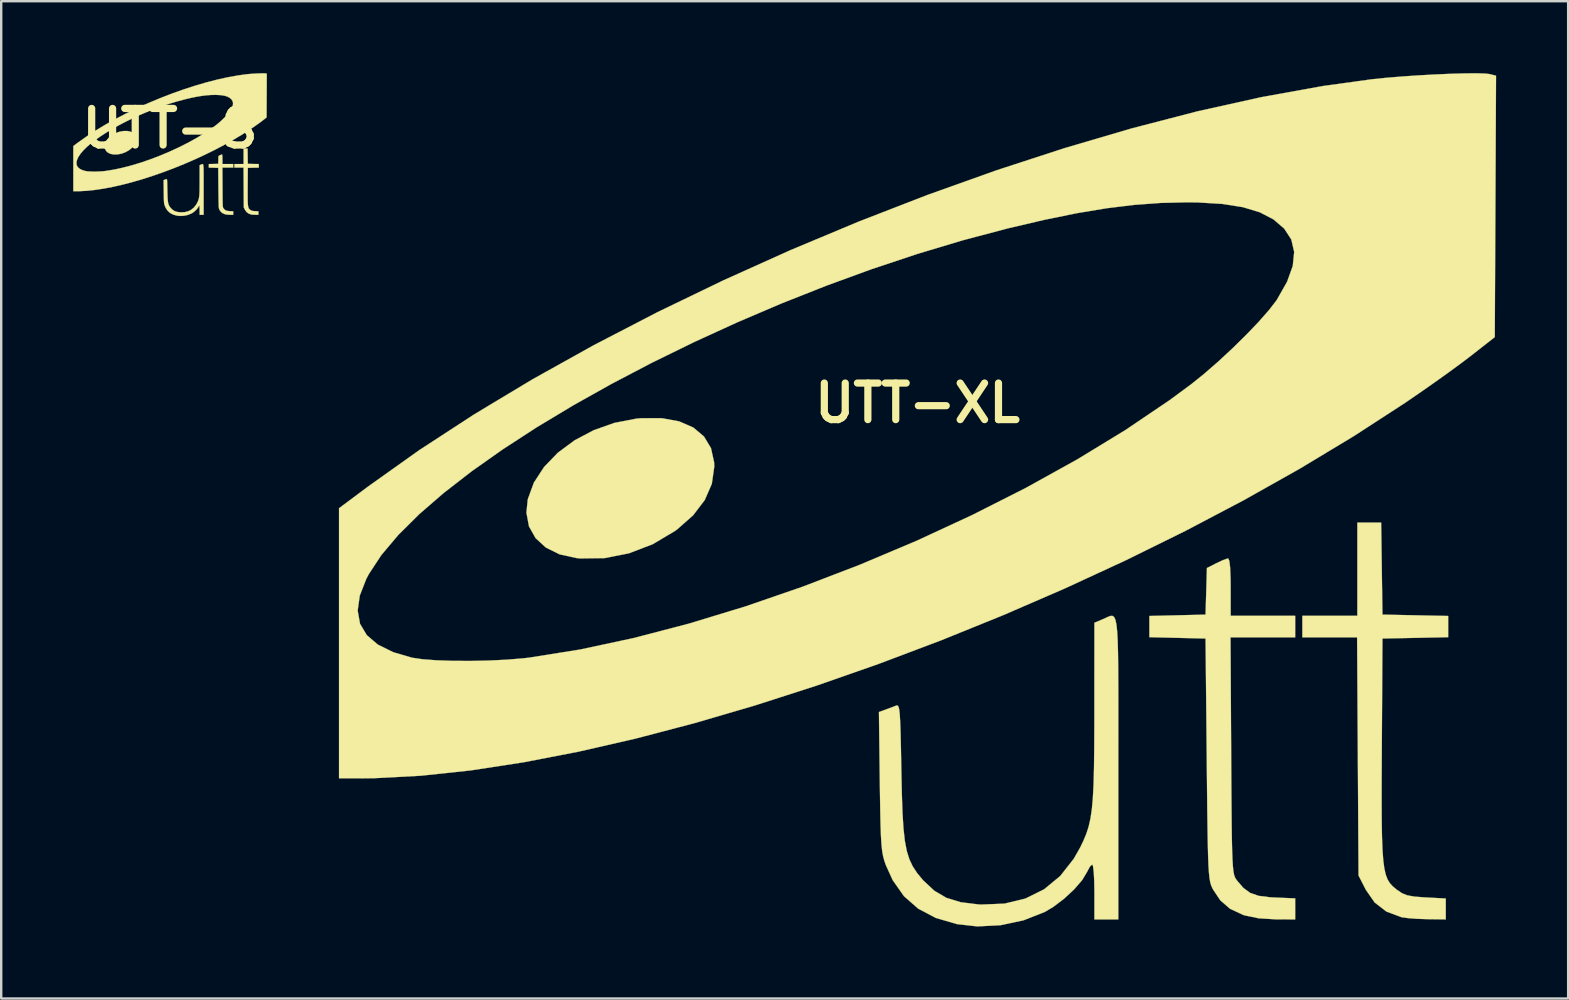
<source format=kicad_pcb>
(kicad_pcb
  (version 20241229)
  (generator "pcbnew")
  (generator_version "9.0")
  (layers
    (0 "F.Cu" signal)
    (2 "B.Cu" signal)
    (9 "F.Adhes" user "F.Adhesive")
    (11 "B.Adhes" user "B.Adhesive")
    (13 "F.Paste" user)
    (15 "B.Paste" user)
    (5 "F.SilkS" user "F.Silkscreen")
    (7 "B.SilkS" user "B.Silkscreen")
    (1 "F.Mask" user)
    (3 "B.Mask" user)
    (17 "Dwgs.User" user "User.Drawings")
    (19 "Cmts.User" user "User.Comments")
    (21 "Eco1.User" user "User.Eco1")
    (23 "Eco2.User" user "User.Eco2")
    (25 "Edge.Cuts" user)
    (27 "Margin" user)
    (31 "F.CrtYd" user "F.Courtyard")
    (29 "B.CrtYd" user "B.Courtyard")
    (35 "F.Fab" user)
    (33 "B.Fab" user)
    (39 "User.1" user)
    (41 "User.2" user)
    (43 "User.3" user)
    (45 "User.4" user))
  (footprint "UTT-S"
    (layer "F.Cu")
    (at 4.036 2.303)
    (property "Reference" "UTT-S" (at 0 0 0) (layer "F.SilkS") (effects (font (size 1.524 1.524) (thickness 0.3))))
    (attr through_hole)
    (fp_poly (pts (xy -1.781 0.105) (xy -1.66 0.128) (xy -1.562 0.17) (xy -1.488 0.233) (xy -1.439 0.314) (xy -1.417 0.413) (xy -1.416 0.444) (xy -1.433 0.562) (xy -1.482 0.675) (xy -1.563 0.782) (xy -1.675 0.881) (xy -1.69 0.892) (xy -1.845 0.983) (xy -2.01 1.047) (xy -2.18 1.08) (xy -2.35 1.082) (xy -2.376 1.08) (xy -2.493 1.054) (xy -2.589 1.007) (xy -2.661 0.941) (xy -2.707 0.859) (xy -2.725 0.764) (xy -2.715 0.671) (xy -2.673 0.554) (xy -2.602 0.445) (xy -2.506 0.346) (xy -2.389 0.26) (xy -2.257 0.189) (xy -2.112 0.138) (xy -1.959 0.109) (xy -1.922 0.105) (xy -1.781 0.105)) (stroke (width 0.01) (type solid)) (fill yes) (layer "F.SilkS"))
    (fp_poly (pts (xy 3.235 1.153) (xy 3.24 1.474) (xy 3.469 1.479) (xy 3.698 1.483) (xy 3.698 1.631) (xy 3.469 1.636) (xy 3.24 1.641) (xy 3.235 2.406) (xy 3.234 2.603) (xy 3.234 2.769) (xy 3.235 2.907) (xy 3.236 3.021) (xy 3.24 3.113) (xy 3.245 3.186) (xy 3.253 3.243) (xy 3.263 3.286) (xy 3.276 3.32) (xy 3.292 3.346) (xy 3.311 3.367) (xy 3.334 3.386) (xy 3.341 3.392) (xy 3.376 3.415) (xy 3.413 3.43) (xy 3.462 3.439) (xy 3.534 3.444) (xy 3.541 3.445) (xy 3.681 3.452) (xy 3.681 3.598) (xy 3.552 3.596) (xy 3.482 3.593) (xy 3.418 3.589) (xy 3.374 3.582) (xy 3.371 3.582) (xy 3.267 3.543) (xy 3.185 3.48) (xy 3.124 3.391) (xy 3.123 3.391) (xy 3.073 3.292) (xy 3.068 2.462) (xy 3.063 1.632) (xy 2.682 1.632) (xy 2.682 1.482) (xy 3.065 1.482) (xy 3.065 0.833) (xy 3.23 0.833) (xy 3.235 1.153)) (stroke (width 0.01) (type solid)) (fill yes) (layer "F.SilkS"))
    (fp_poly (pts (xy 2.173 1.099) (xy 2.178 1.146) (xy 2.181 1.222) (xy 2.182 1.282) (xy 2.182 1.482) (xy 2.632 1.482) (xy 2.632 1.632) (xy 2.181 1.632) (xy 2.186 2.456) (xy 2.187 2.642) (xy 2.188 2.799) (xy 2.189 2.928) (xy 2.19 3.032) (xy 2.192 3.115) (xy 2.194 3.178) (xy 2.197 3.226) (xy 2.201 3.261) (xy 2.206 3.285) (xy 2.211 3.302) (xy 2.218 3.315) (xy 2.225 3.325) (xy 2.27 3.378) (xy 2.318 3.413) (xy 2.377 3.433) (xy 2.456 3.443) (xy 2.491 3.445) (xy 2.632 3.451) (xy 2.632 3.598) (xy 2.494 3.597) (xy 2.376 3.59) (xy 2.279 3.57) (xy 2.269 3.566) (xy 2.178 3.524) (xy 2.11 3.465) (xy 2.06 3.389) (xy 2.051 3.374) (xy 2.045 3.357) (xy 2.039 3.336) (xy 2.034 3.308) (xy 2.03 3.27) (xy 2.027 3.219) (xy 2.025 3.153) (xy 2.023 3.068) (xy 2.021 2.961) (xy 2.019 2.83) (xy 2.017 2.671) (xy 2.015 2.482) (xy 2.015 2.482) (xy 2.007 1.641) (xy 1.811 1.636) (xy 1.616 1.631) (xy 1.616 1.483) (xy 1.811 1.479) (xy 2.007 1.474) (xy 2.012 1.312) (xy 2.017 1.149) (xy 2.082 1.116) (xy 2.126 1.095) (xy 2.158 1.084) (xy 2.165 1.083) (xy 2.173 1.099)) (stroke (width 0.01) (type solid)) (fill yes) (layer "F.SilkS"))
    (fp_poly (pts (xy 1.36 1.483) (xy 1.371 1.492) (xy 1.379 1.511) (xy 1.386 1.543) (xy 1.391 1.589) (xy 1.395 1.653) (xy 1.397 1.737) (xy 1.398 1.842) (xy 1.399 1.971) (xy 1.399 2.126) (xy 1.399 2.31) (xy 1.399 2.525) (xy 1.399 3.598) (xy 1.233 3.598) (xy 1.233 3.406) (xy 1.231 3.331) (xy 1.228 3.269) (xy 1.223 3.228) (xy 1.218 3.215) (xy 1.202 3.228) (xy 1.184 3.262) (xy 1.182 3.267) (xy 1.147 3.324) (xy 1.091 3.389) (xy 1.021 3.454) (xy 0.946 3.511) (xy 0.886 3.546) (xy 0.739 3.604) (xy 0.579 3.638) (xy 0.417 3.646) (xy 0.275 3.63) (xy 0.128 3.587) (xy 0.005 3.523) (xy -0.094 3.436) (xy -0.173 3.324) (xy -0.221 3.218) (xy -0.231 3.188) (xy -0.24 3.158) (xy -0.246 3.121) (xy -0.251 3.076) (xy -0.255 3.016) (xy -0.258 2.939) (xy -0.26 2.838) (xy -0.262 2.711) (xy -0.263 2.638) (xy -0.269 2.153) (xy -0.222 2.136) (xy -0.178 2.119) (xy -0.148 2.108) (xy -0.14 2.107) (xy -0.133 2.114) (xy -0.128 2.133) (xy -0.124 2.167) (xy -0.121 2.219) (xy -0.118 2.293) (xy -0.116 2.393) (xy -0.113 2.521) (xy -0.113 2.56) (xy -0.109 2.722) (xy -0.105 2.855) (xy -0.098 2.964) (xy -0.088 3.051) (xy -0.075 3.122) (xy -0.056 3.18) (xy -0.033 3.229) (xy -0.003 3.274) (xy 0.034 3.319) (xy 0.041 3.327) (xy 0.117 3.398) (xy 0.201 3.447) (xy 0.301 3.478) (xy 0.423 3.493) (xy 0.443 3.494) (xy 0.606 3.488) (xy 0.752 3.452) (xy 0.882 3.388) (xy 0.994 3.296) (xy 1.089 3.175) (xy 1.133 3.097) (xy 1.157 3.048) (xy 1.176 3) (xy 1.192 2.951) (xy 1.205 2.896) (xy 1.215 2.832) (xy 1.222 2.754) (xy 1.227 2.66) (xy 1.23 2.546) (xy 1.231 2.407) (xy 1.232 2.24) (xy 1.232 2.152) (xy 1.233 1.531) (xy 1.29 1.506) (xy 1.312 1.497) (xy 1.331 1.488) (xy 1.347 1.483) (xy 1.36 1.483)) (stroke (width 0.01) (type solid)) (fill yes) (layer "F.SilkS"))
    (fp_poly (pts (xy 3.958 -2.296) (xy 3.986 -2.292) (xy 4.031 -2.281) (xy 4.022 -0.46) (xy 3.856 -0.329) (xy 3.788 -0.278) (xy 3.7 -0.213) (xy 3.6 -0.142) (xy 3.496 -0.069) (xy 3.398 -0.002) (xy 3.041 0.23) (xy 2.665 0.456) (xy 2.273 0.677) (xy 1.868 0.89) (xy 1.452 1.095) (xy 1.028 1.291) (xy 0.598 1.477) (xy 0.164 1.653) (xy -0.27 1.817) (xy -0.702 1.968) (xy -1.13 2.106) (xy -1.55 2.229) (xy -1.962 2.337) (xy -2.361 2.429) (xy -2.745 2.503) (xy -3.112 2.559) (xy -3.46 2.597) (xy -3.785 2.614) (xy -3.885 2.615) (xy -4.031 2.615) (xy -4.031 1.446) (xy -3.901 1.446) (xy -3.885 1.538) (xy -3.838 1.617) (xy -3.76 1.683) (xy -3.652 1.736) (xy -3.523 1.774) (xy -3.451 1.785) (xy -3.354 1.792) (xy -3.239 1.796) (xy -3.112 1.797) (xy -2.983 1.794) (xy -2.858 1.788) (xy -2.744 1.778) (xy -2.703 1.773) (xy -2.35 1.717) (xy -1.978 1.637) (xy -1.594 1.537) (xy -1.199 1.417) (xy -0.801 1.28) (xy -0.401 1.126) (xy -0.006 0.959) (xy 0.381 0.78) (xy 0.755 0.591) (xy 1.112 0.393) (xy 1.448 0.188) (xy 1.757 -0.021) (xy 1.907 -0.131) (xy 1.998 -0.205) (xy 2.097 -0.29) (xy 2.196 -0.383) (xy 2.292 -0.477) (xy 2.378 -0.567) (xy 2.449 -0.648) (xy 2.5 -0.714) (xy 2.505 -0.722) (xy 2.575 -0.845) (xy 2.615 -0.955) (xy 2.625 -1.053) (xy 2.604 -1.14) (xy 2.555 -1.216) (xy 2.481 -1.279) (xy 2.386 -1.329) (xy 2.267 -1.365) (xy 2.123 -1.388) (xy 1.951 -1.398) (xy 1.876 -1.399) (xy 1.694 -1.395) (xy 1.509 -1.381) (xy 1.316 -1.357) (xy 1.109 -1.323) (xy 0.883 -1.277) (xy 0.633 -1.218) (xy 0.625 -1.216) (xy 0.312 -1.133) (xy -0.003 -1.039) (xy -0.32 -0.933) (xy -0.636 -0.818) (xy -0.95 -0.693) (xy -1.258 -0.562) (xy -1.56 -0.424) (xy -1.852 -0.28) (xy -2.133 -0.133) (xy -2.402 0.017) (xy -2.655 0.17) (xy -2.89 0.323) (xy -3.106 0.475) (xy -3.301 0.626) (xy -3.472 0.774) (xy -3.617 0.919) (xy -3.735 1.058) (xy -3.823 1.191) (xy -3.841 1.225) (xy -3.886 1.342) (xy -3.901 1.446) (xy -4.031 1.446) (xy -4.031 0.733) (xy -3.827 0.58) (xy -3.471 0.328) (xy -3.089 0.079) (xy -2.682 -0.166) (xy -2.255 -0.404) (xy -1.811 -0.634) (xy -1.353 -0.855) (xy -0.885 -1.066) (xy -0.409 -1.265) (xy 0.069 -1.45) (xy 0.548 -1.621) (xy 1.024 -1.776) (xy 1.493 -1.914) (xy 1.952 -2.033) (xy 2.397 -2.132) (xy 2.826 -2.209) (xy 3.165 -2.256) (xy 3.262 -2.266) (xy 3.371 -2.275) (xy 3.487 -2.283) (xy 3.603 -2.29) (xy 3.714 -2.294) (xy 3.814 -2.297) (xy 3.897 -2.298) (xy 3.958 -2.296)) (stroke (width 0.01) (type solid)) (fill yes) (layer "F.SilkS")))
  (footprint "UTT-XL"
    (layer "F.Cu")
    (at 35.182 13.746)
    (property "Reference" "UTT-XL" (at 0 0 0) (layer "F.SilkS") (effects (font (size 1.524 1.524) (thickness 0.3))))
    (attr through_hole)
    (fp_poly (pts (xy -10.651 0.63) (xy -9.93 0.763) (xy -9.342 1.019) (xy -8.897 1.393) (xy -8.605 1.878) (xy -8.475 2.469) (xy -8.469 2.653) (xy -8.57 3.363) (xy -8.864 4.039) (xy -9.348 4.675) (xy -10.018 5.266) (xy -10.11 5.332) (xy -11.034 5.881) (xy -12.02 6.259) (xy -13.036 6.46) (xy -14.054 6.473) (xy -14.209 6.458) (xy -14.911 6.304) (xy -15.484 6.022) (xy -15.914 5.628) (xy -16.189 5.139) (xy -16.296 4.569) (xy -16.24 4.011) (xy -15.986 3.315) (xy -15.56 2.662) (xy -14.986 2.068) (xy -14.29 1.552) (xy -13.496 1.132) (xy -12.63 0.825) (xy -11.718 0.649) (xy -11.495 0.629) (xy -10.651 0.63)) (stroke (width 0.01) (type solid)) (fill yes) (layer "F.SilkS"))
    (fp_poly (pts (xy 19.374 8.815) (xy 20.743 8.843) (xy 22.113 8.871) (xy 22.113 9.756) (xy 19.374 9.811) (xy 19.348 14.389) (xy 19.342 15.564) (xy 19.34 16.558) (xy 19.344 17.386) (xy 19.355 18.066) (xy 19.376 18.616) (xy 19.408 19.053) (xy 19.453 19.393) (xy 19.513 19.655) (xy 19.59 19.854) (xy 19.685 20.008) (xy 19.801 20.135) (xy 19.939 20.252) (xy 19.982 20.285) (xy 20.191 20.425) (xy 20.412 20.513) (xy 20.706 20.565) (xy 21.132 20.598) (xy 21.175 20.6) (xy 22.013 20.644) (xy 22.013 21.515) (xy 21.241 21.505) (xy 20.822 21.491) (xy 20.441 21.462) (xy 20.176 21.425) (xy 20.16 21.421) (xy 19.538 21.188) (xy 19.05 20.811) (xy 18.681 20.28) (xy 18.68 20.277) (xy 18.378 19.687) (xy 18.348 14.724) (xy 18.318 9.762) (xy 16.037 9.762) (xy 16.037 8.865) (xy 18.328 8.865) (xy 18.328 4.98) (xy 19.32 4.98) (xy 19.374 8.815)) (stroke (width 0.01) (type solid)) (fill yes) (layer "F.SilkS"))
    (fp_poly (pts (xy 12.993 6.572) (xy 13.027 6.854) (xy 13.045 7.308) (xy 13.049 7.67) (xy 13.049 8.865) (xy 15.738 8.865) (xy 15.738 9.762) (xy 13.043 9.762) (xy 13.071 14.685) (xy 13.077 15.803) (xy 13.084 16.738) (xy 13.091 17.509) (xy 13.099 18.133) (xy 13.11 18.627) (xy 13.124 19.007) (xy 13.141 19.293) (xy 13.163 19.5) (xy 13.19 19.647) (xy 13.224 19.75) (xy 13.264 19.826) (xy 13.304 19.883) (xy 13.578 20.203) (xy 13.862 20.411) (xy 14.214 20.533) (xy 14.687 20.593) (xy 14.899 20.604) (xy 15.738 20.639) (xy 15.738 21.515) (xy 14.916 21.512) (xy 14.211 21.468) (xy 13.629 21.347) (xy 13.568 21.327) (xy 13.025 21.074) (xy 12.616 20.719) (xy 12.317 20.27) (xy 12.269 20.175) (xy 12.228 20.074) (xy 12.194 19.949) (xy 12.166 19.781) (xy 12.143 19.555) (xy 12.124 19.252) (xy 12.109 18.855) (xy 12.096 18.346) (xy 12.085 17.708) (xy 12.074 16.923) (xy 12.064 15.974) (xy 12.053 14.843) (xy 12.053 14.842) (xy 12.003 9.811) (xy 10.832 9.783) (xy 9.662 9.755) (xy 9.662 8.871) (xy 10.832 8.843) (xy 12.003 8.815) (xy 12.031 7.844) (xy 12.06 6.873) (xy 12.451 6.674) (xy 12.713 6.551) (xy 12.906 6.481) (xy 12.945 6.475) (xy 12.993 6.572)) (stroke (width 0.01) (type solid)) (fill yes) (layer "F.SilkS"))
    (fp_poly (pts (xy 8.133 8.87) (xy 8.198 8.922) (xy 8.249 9.037) (xy 8.289 9.226) (xy 8.319 9.505) (xy 8.341 9.887) (xy 8.355 10.386) (xy 8.363 11.014) (xy 8.367 11.787) (xy 8.368 12.716) (xy 8.368 13.817) (xy 8.367 15.103) (xy 8.367 15.19) (xy 8.367 21.515) (xy 7.371 21.515) (xy 7.371 20.37) (xy 7.364 19.919) (xy 7.345 19.551) (xy 7.316 19.307) (xy 7.283 19.224) (xy 7.19 19.307) (xy 7.079 19.508) (xy 7.066 19.537) (xy 6.859 19.88) (xy 6.523 20.268) (xy 6.105 20.655) (xy 5.655 20.996) (xy 5.3 21.206) (xy 4.417 21.553) (xy 3.461 21.757) (xy 2.492 21.807) (xy 1.644 21.711) (xy 0.762 21.454) (xy 0.031 21.069) (xy -0.564 20.548) (xy -1.034 19.879) (xy -1.321 19.248) (xy -1.383 19.068) (xy -1.433 18.883) (xy -1.472 18.667) (xy -1.501 18.394) (xy -1.523 18.039) (xy -1.54 17.574) (xy -1.553 16.975) (xy -1.565 16.215) (xy -1.571 15.775) (xy -1.607 12.874) (xy -1.326 12.772) (xy -1.064 12.675) (xy -0.883 12.604) (xy -0.835 12.6) (xy -0.796 12.643) (xy -0.765 12.755) (xy -0.741 12.957) (xy -0.722 13.269) (xy -0.706 13.713) (xy -0.692 14.309) (xy -0.677 15.078) (xy -0.673 15.308) (xy -0.653 16.28) (xy -0.625 17.077) (xy -0.585 17.724) (xy -0.527 18.246) (xy -0.446 18.668) (xy -0.337 19.015) (xy -0.196 19.311) (xy -0.018 19.58) (xy 0.203 19.849) (xy 0.247 19.898) (xy 0.701 20.321) (xy 1.203 20.616) (xy 1.798 20.799) (xy 2.529 20.89) (xy 2.65 20.897) (xy 3.623 20.858) (xy 4.498 20.646) (xy 5.274 20.262) (xy 5.946 19.708) (xy 6.513 18.986) (xy 6.776 18.523) (xy 6.918 18.228) (xy 7.036 17.943) (xy 7.131 17.648) (xy 7.206 17.319) (xy 7.264 16.934) (xy 7.306 16.472) (xy 7.336 15.909) (xy 7.354 15.224) (xy 7.364 14.395) (xy 7.369 13.399) (xy 7.369 12.869) (xy 7.371 9.154) (xy 7.716 9.009) (xy 7.847 8.95) (xy 7.959 8.898) (xy 8.054 8.867) (xy 8.133 8.87)) (stroke (width 0.01) (type solid)) (fill yes) (layer "F.SilkS"))
    (fp_poly (pts (xy 23.669 -13.73) (xy 23.84 -13.709) (xy 24.107 -13.642) (xy 24.081 -8.196) (xy 24.055 -2.749) (xy 23.059 -1.969) (xy 22.653 -1.661) (xy 22.128 -1.276) (xy 21.529 -0.849) (xy 20.905 -0.413) (xy 20.32 -0.012) (xy 18.184 1.374) (xy 15.938 2.728) (xy 13.596 4.046) (xy 11.173 5.321) (xy 8.685 6.548) (xy 6.147 7.721) (xy 3.574 8.836) (xy 0.983 9.886) (xy -1.613 10.866) (xy -4.198 11.771) (xy -6.756 12.594) (xy -9.272 13.331) (xy -11.731 13.977) (xy -14.118 14.524) (xy -16.417 14.969) (xy -18.614 15.306) (xy -20.692 15.528) (xy -22.636 15.631) (xy -23.234 15.638) (xy -24.105 15.638) (xy -24.105 8.646) (xy -23.328 8.646) (xy -23.231 9.195) (xy -22.95 9.669) (xy -22.487 10.065) (xy -21.842 10.383) (xy -21.067 10.609) (xy -20.64 10.673) (xy -20.058 10.718) (xy -19.368 10.741) (xy -18.614 10.745) (xy -17.839 10.728) (xy -17.09 10.691) (xy -16.409 10.634) (xy -16.166 10.605) (xy -14.053 10.268) (xy -11.832 9.792) (xy -9.53 9.191) (xy -7.173 8.474) (xy -4.788 7.652) (xy -2.401 6.736) (xy -0.037 5.738) (xy 2.277 4.666) (xy 4.515 3.534) (xy 6.651 2.35) (xy 8.658 1.127) (xy 10.51 -0.125) (xy 11.402 -0.783) (xy 11.95 -1.224) (xy 12.538 -1.736) (xy 13.134 -2.29) (xy 13.705 -2.851) (xy 14.22 -3.39) (xy 14.646 -3.874) (xy 14.952 -4.271) (xy 14.981 -4.315) (xy 15.399 -5.053) (xy 15.637 -5.712) (xy 15.696 -6.298) (xy 15.576 -6.816) (xy 15.28 -7.27) (xy 14.836 -7.652) (xy 14.268 -7.948) (xy 13.56 -8.163) (xy 12.698 -8.299) (xy 11.669 -8.361) (xy 11.222 -8.366) (xy 10.13 -8.34) (xy 9.023 -8.258) (xy 7.869 -8.117) (xy 6.633 -7.911) (xy 5.282 -7.635) (xy 3.784 -7.285) (xy 3.735 -7.273) (xy 1.869 -6.778) (xy -0.018 -6.212) (xy -1.914 -5.58) (xy -3.805 -4.889) (xy -5.679 -4.147) (xy -7.524 -3.359) (xy -9.327 -2.534) (xy -11.076 -1.677) (xy -12.759 -0.795) (xy -14.363 0.104) (xy -15.876 1.014) (xy -17.284 1.929) (xy -18.577 2.841) (xy -19.741 3.744) (xy -20.764 4.63) (xy -21.633 5.493) (xy -22.337 6.327) (xy -22.862 7.124) (xy -22.969 7.327) (xy -23.241 8.023) (xy -23.328 8.646) (xy -24.105 8.646) (xy -24.105 4.382) (xy -22.885 3.471) (xy -20.76 1.96) (xy -18.472 0.47) (xy -16.041 -0.991) (xy -13.487 -2.414) (xy -10.83 -3.791) (xy -8.091 -5.113) (xy -5.29 -6.374) (xy -2.448 -7.563) (xy 0.415 -8.673) (xy 3.28 -9.696) (xy 6.124 -10.623) (xy 8.929 -11.447) (xy 11.674 -12.159) (xy 14.338 -12.75) (xy 16.901 -13.213) (xy 18.925 -13.492) (xy 19.507 -13.552) (xy 20.162 -13.606) (xy 20.854 -13.654) (xy 21.549 -13.692) (xy 22.213 -13.721) (xy 22.81 -13.738) (xy 23.307 -13.741) (xy 23.669 -13.73)) (stroke (width 0.01) (type solid)) (fill yes) (layer "F.SilkS")))
  (gr_rect
    (start -3 -3)
    (end 62.294 38.558)
    (stroke (width 0.1) (type default))
    (fill no)
    (layer "Edge.Cuts")))
</source>
